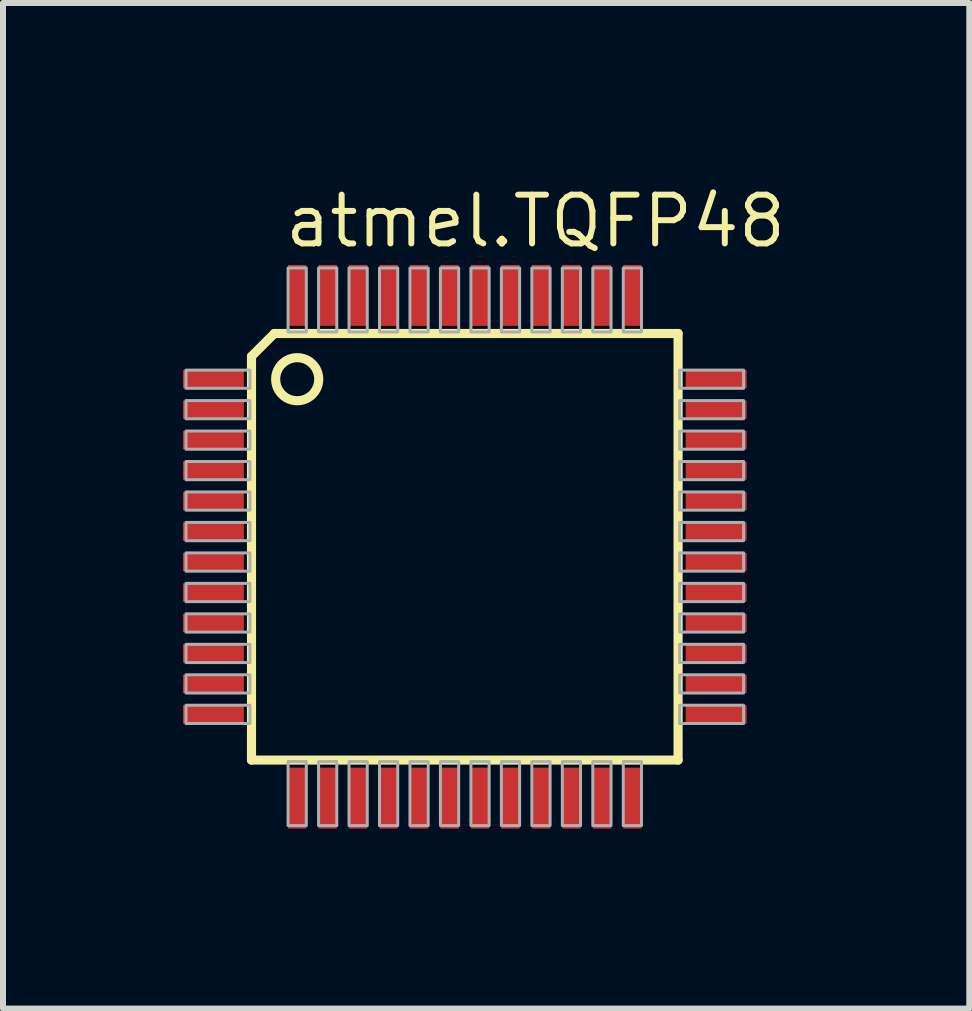
<source format=kicad_pcb>
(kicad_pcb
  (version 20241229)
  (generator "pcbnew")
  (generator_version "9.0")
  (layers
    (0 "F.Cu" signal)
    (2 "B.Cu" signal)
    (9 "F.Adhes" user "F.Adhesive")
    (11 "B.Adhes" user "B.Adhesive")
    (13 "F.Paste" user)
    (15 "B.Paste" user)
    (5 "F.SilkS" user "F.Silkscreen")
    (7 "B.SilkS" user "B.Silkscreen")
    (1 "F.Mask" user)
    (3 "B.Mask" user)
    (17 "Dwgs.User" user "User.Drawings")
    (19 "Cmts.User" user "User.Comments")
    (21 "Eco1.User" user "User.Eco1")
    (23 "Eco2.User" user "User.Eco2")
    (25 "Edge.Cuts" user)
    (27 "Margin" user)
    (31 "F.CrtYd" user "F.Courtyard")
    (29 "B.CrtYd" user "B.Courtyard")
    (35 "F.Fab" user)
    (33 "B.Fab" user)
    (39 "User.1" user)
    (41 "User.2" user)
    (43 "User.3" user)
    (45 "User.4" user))
  (footprint "atmel.TQFP48"
    (layer "F.Cu")
    (at 4.699 6.066)
    (property "Reference" "atmel.TQFP48" (at -3.048 -4.953 0) (layer "F.SilkS") (effects (font (size 0.813 0.813) (thickness 0.1)) (justify left bottom)))
    (attr smd)
    (fp_line (start -3.556 -3.175) (end -3.175 -3.556) (stroke (width 0.152) (type default)) (layer "F.SilkS"))
    (fp_line (start -3.556 3.556) (end -3.556 -3.175) (stroke (width 0.152) (type default)) (layer "F.SilkS"))
    (fp_line (start -3.175 -3.556) (end 3.556 -3.556) (stroke (width 0.152) (type default)) (layer "F.SilkS"))
    (fp_line (start 3.556 -3.556) (end 3.556 3.556) (stroke (width 0.152) (type default)) (layer "F.SilkS"))
    (fp_line (start 3.556 3.556) (end -3.556 3.556) (stroke (width 0.152) (type default)) (layer "F.SilkS"))
    (fp_circle (center -2.794 -2.794) (end -2.435 -2.794) (stroke (width 0.152) (type default)) (fill no) (layer "F.SilkS"))
    (fp_rect (start -4.648 -2.642) (end -3.581 -2.946) (stroke (width 0.05) (type default)) (fill no) (layer "F.Fab"))
    (fp_rect (start -4.648 -2.134) (end -3.581 -2.438) (stroke (width 0.05) (type default)) (fill no) (layer "F.Fab"))
    (fp_rect (start -4.648 -1.626) (end -3.581 -1.93) (stroke (width 0.05) (type default)) (fill no) (layer "F.Fab"))
    (fp_rect (start -4.648 -1.118) (end -3.581 -1.422) (stroke (width 0.05) (type default)) (fill no) (layer "F.Fab"))
    (fp_rect (start -4.648 -0.61) (end -3.581 -0.914) (stroke (width 0.05) (type default)) (fill no) (layer "F.Fab"))
    (fp_rect (start -4.648 -0.102) (end -3.581 -0.406) (stroke (width 0.05) (type default)) (fill no) (layer "F.Fab"))
    (fp_rect (start -4.648 0.406) (end -3.581 0.102) (stroke (width 0.05) (type default)) (fill no) (layer "F.Fab"))
    (fp_rect (start -4.648 0.914) (end -3.581 0.61) (stroke (width 0.05) (type default)) (fill no) (layer "F.Fab"))
    (fp_rect (start -4.648 1.422) (end -3.581 1.118) (stroke (width 0.05) (type default)) (fill no) (layer "F.Fab"))
    (fp_rect (start -4.648 1.93) (end -3.581 1.626) (stroke (width 0.05) (type default)) (fill no) (layer "F.Fab"))
    (fp_rect (start -4.648 2.438) (end -3.581 2.134) (stroke (width 0.05) (type default)) (fill no) (layer "F.Fab"))
    (fp_rect (start -4.648 2.946) (end -3.581 2.642) (stroke (width 0.05) (type default)) (fill no) (layer "F.Fab"))
    (fp_rect (start -2.946 -3.581) (end -2.642 -4.648) (stroke (width 0.05) (type default)) (fill no) (layer "F.Fab"))
    (fp_rect (start -2.946 4.648) (end -2.642 3.581) (stroke (width 0.05) (type default)) (fill no) (layer "F.Fab"))
    (fp_rect (start -2.438 -3.581) (end -2.134 -4.648) (stroke (width 0.05) (type default)) (fill no) (layer "F.Fab"))
    (fp_rect (start -2.438 4.648) (end -2.134 3.581) (stroke (width 0.05) (type default)) (fill no) (layer "F.Fab"))
    (fp_rect (start -1.93 -3.581) (end -1.626 -4.648) (stroke (width 0.05) (type default)) (fill no) (layer "F.Fab"))
    (fp_rect (start -1.93 4.648) (end -1.626 3.581) (stroke (width 0.05) (type default)) (fill no) (layer "F.Fab"))
    (fp_rect (start -1.422 -3.581) (end -1.118 -4.648) (stroke (width 0.05) (type default)) (fill no) (layer "F.Fab"))
    (fp_rect (start -1.422 4.648) (end -1.118 3.581) (stroke (width 0.05) (type default)) (fill no) (layer "F.Fab"))
    (fp_rect (start -0.914 -3.581) (end -0.61 -4.648) (stroke (width 0.05) (type default)) (fill no) (layer "F.Fab"))
    (fp_rect (start -0.914 4.648) (end -0.61 3.581) (stroke (width 0.05) (type default)) (fill no) (layer "F.Fab"))
    (fp_rect (start -0.406 -3.581) (end -0.102 -4.648) (stroke (width 0.05) (type default)) (fill no) (layer "F.Fab"))
    (fp_rect (start -0.406 4.648) (end -0.102 3.581) (stroke (width 0.05) (type default)) (fill no) (layer "F.Fab"))
    (fp_rect (start 0.102 -3.581) (end 0.406 -4.648) (stroke (width 0.05) (type default)) (fill no) (layer "F.Fab"))
    (fp_rect (start 0.102 4.648) (end 0.406 3.581) (stroke (width 0.05) (type default)) (fill no) (layer "F.Fab"))
    (fp_rect (start 0.61 -3.581) (end 0.914 -4.648) (stroke (width 0.05) (type default)) (fill no) (layer "F.Fab"))
    (fp_rect (start 0.61 4.648) (end 0.914 3.581) (stroke (width 0.05) (type default)) (fill no) (layer "F.Fab"))
    (fp_rect (start 1.118 -3.581) (end 1.422 -4.648) (stroke (width 0.05) (type default)) (fill no) (layer "F.Fab"))
    (fp_rect (start 1.118 4.648) (end 1.422 3.581) (stroke (width 0.05) (type default)) (fill no) (layer "F.Fab"))
    (fp_rect (start 1.626 -3.581) (end 1.93 -4.648) (stroke (width 0.05) (type default)) (fill no) (layer "F.Fab"))
    (fp_rect (start 1.626 4.648) (end 1.93 3.581) (stroke (width 0.05) (type default)) (fill no) (layer "F.Fab"))
    (fp_rect (start 2.134 -3.581) (end 2.438 -4.648) (stroke (width 0.05) (type default)) (fill no) (layer "F.Fab"))
    (fp_rect (start 2.134 4.648) (end 2.438 3.581) (stroke (width 0.05) (type default)) (fill no) (layer "F.Fab"))
    (fp_rect (start 2.642 -3.581) (end 2.946 -4.648) (stroke (width 0.05) (type default)) (fill no) (layer "F.Fab"))
    (fp_rect (start 2.642 4.648) (end 2.946 3.581) (stroke (width 0.05) (type default)) (fill no) (layer "F.Fab"))
    (fp_rect (start 3.581 -2.642) (end 4.648 -2.946) (stroke (width 0.05) (type default)) (fill no) (layer "F.Fab"))
    (fp_rect (start 3.581 -2.134) (end 4.648 -2.438) (stroke (width 0.05) (type default)) (fill no) (layer "F.Fab"))
    (fp_rect (start 3.581 -1.626) (end 4.648 -1.93) (stroke (width 0.05) (type default)) (fill no) (layer "F.Fab"))
    (fp_rect (start 3.581 -1.118) (end 4.648 -1.422) (stroke (width 0.05) (type default)) (fill no) (layer "F.Fab"))
    (fp_rect (start 3.581 -0.61) (end 4.648 -0.914) (stroke (width 0.05) (type default)) (fill no) (layer "F.Fab"))
    (fp_rect (start 3.581 -0.102) (end 4.648 -0.406) (stroke (width 0.05) (type default)) (fill no) (layer "F.Fab"))
    (fp_rect (start 3.581 0.406) (end 4.648 0.102) (stroke (width 0.05) (type default)) (fill no) (layer "F.Fab"))
    (fp_rect (start 3.581 0.914) (end 4.648 0.61) (stroke (width 0.05) (type default)) (fill no) (layer "F.Fab"))
    (fp_rect (start 3.581 1.422) (end 4.648 1.118) (stroke (width 0.05) (type default)) (fill no) (layer "F.Fab"))
    (fp_rect (start 3.581 1.93) (end 4.648 1.626) (stroke (width 0.05) (type default)) (fill no) (layer "F.Fab"))
    (fp_rect (start 3.581 2.438) (end 4.648 2.134) (stroke (width 0.05) (type default)) (fill no) (layer "F.Fab"))
    (fp_rect (start 3.581 2.946) (end 4.648 2.642) (stroke (width 0.05) (type default)) (fill no) (layer "F.Fab"))
    (pad "1" smd roundrect (at -4.191 -2.794) (size 1.016 0.305) (layers "F.Cu" "F.Mask" "F.Paste") (roundrect_rratio 0.01))
    (pad "2" smd roundrect (at -4.191 -2.286) (size 1.016 0.305) (layers "F.Cu" "F.Mask" "F.Paste") (roundrect_rratio 0.01))
    (pad "3" smd roundrect (at -4.191 -1.778) (size 1.016 0.305) (layers "F.Cu" "F.Mask" "F.Paste") (roundrect_rratio 0.01))
    (pad "4" smd roundrect (at -4.191 -1.27) (size 1.016 0.305) (layers "F.Cu" "F.Mask" "F.Paste") (roundrect_rratio 0.01))
    (pad "5" smd roundrect (at -4.191 -0.762) (size 1.016 0.305) (layers "F.Cu" "F.Mask" "F.Paste") (roundrect_rratio 0.01))
    (pad "6" smd roundrect (at -4.191 -0.254) (size 1.016 0.305) (layers "F.Cu" "F.Mask" "F.Paste") (roundrect_rratio 0.01))
    (pad "7" smd roundrect (at -4.191 0.254) (size 1.016 0.305) (layers "F.Cu" "F.Mask" "F.Paste") (roundrect_rratio 0.01))
    (pad "8" smd roundrect (at -4.191 0.762) (size 1.016 0.305) (layers "F.Cu" "F.Mask" "F.Paste") (roundrect_rratio 0.01))
    (pad "9" smd roundrect (at -4.191 1.27) (size 1.016 0.305) (layers "F.Cu" "F.Mask" "F.Paste") (roundrect_rratio 0.01))
    (pad "10" smd roundrect (at -4.191 1.778) (size 1.016 0.305) (layers "F.Cu" "F.Mask" "F.Paste") (roundrect_rratio 0.01))
    (pad "11" smd roundrect (at -4.191 2.286) (size 1.016 0.305) (layers "F.Cu" "F.Mask" "F.Paste") (roundrect_rratio 0.01))
    (pad "12" smd roundrect (at -4.191 2.794) (size 1.016 0.305) (layers "F.Cu" "F.Mask" "F.Paste") (roundrect_rratio 0.01))
    (pad "13" smd roundrect (at -2.794 4.191) (size 0.305 1.016) (layers "F.Cu" "F.Mask" "F.Paste") (roundrect_rratio 0.01))
    (pad "14" smd roundrect (at -2.286 4.191) (size 0.305 1.016) (layers "F.Cu" "F.Mask" "F.Paste") (roundrect_rratio 0.01))
    (pad "15" smd roundrect (at -1.778 4.191) (size 0.305 1.016) (layers "F.Cu" "F.Mask" "F.Paste") (roundrect_rratio 0.01))
    (pad "16" smd roundrect (at -1.27 4.191) (size 0.305 1.016) (layers "F.Cu" "F.Mask" "F.Paste") (roundrect_rratio 0.01))
    (pad "17" smd roundrect (at -0.762 4.191) (size 0.305 1.016) (layers "F.Cu" "F.Mask" "F.Paste") (roundrect_rratio 0.01))
    (pad "18" smd roundrect (at -0.254 4.191) (size 0.305 1.016) (layers "F.Cu" "F.Mask" "F.Paste") (roundrect_rratio 0.01))
    (pad "19" smd roundrect (at 0.254 4.191) (size 0.305 1.016) (layers "F.Cu" "F.Mask" "F.Paste") (roundrect_rratio 0.01))
    (pad "20" smd roundrect (at 0.762 4.191) (size 0.305 1.016) (layers "F.Cu" "F.Mask" "F.Paste") (roundrect_rratio 0.01))
    (pad "21" smd roundrect (at 1.27 4.191) (size 0.305 1.016) (layers "F.Cu" "F.Mask" "F.Paste") (roundrect_rratio 0.01))
    (pad "22" smd roundrect (at 1.778 4.191) (size 0.305 1.016) (layers "F.Cu" "F.Mask" "F.Paste") (roundrect_rratio 0.01))
    (pad "23" smd roundrect (at 2.286 4.191) (size 0.305 1.016) (layers "F.Cu" "F.Mask" "F.Paste") (roundrect_rratio 0.01))
    (pad "24" smd roundrect (at 2.794 4.191) (size 0.305 1.016) (layers "F.Cu" "F.Mask" "F.Paste") (roundrect_rratio 0.01))
    (pad "25" smd roundrect (at 4.191 2.794) (size 1.016 0.305) (layers "F.Cu" "F.Mask" "F.Paste") (roundrect_rratio 0.01))
    (pad "26" smd roundrect (at 4.191 2.286) (size 1.016 0.305) (layers "F.Cu" "F.Mask" "F.Paste") (roundrect_rratio 0.01))
    (pad "27" smd roundrect (at 4.191 1.778) (size 1.016 0.305) (layers "F.Cu" "F.Mask" "F.Paste") (roundrect_rratio 0.01))
    (pad "28" smd roundrect (at 4.191 1.27) (size 1.016 0.305) (layers "F.Cu" "F.Mask" "F.Paste") (roundrect_rratio 0.01))
    (pad "29" smd roundrect (at 4.191 0.762) (size 1.016 0.305) (layers "F.Cu" "F.Mask" "F.Paste") (roundrect_rratio 0.01))
    (pad "30" smd roundrect (at 4.191 0.254) (size 1.016 0.305) (layers "F.Cu" "F.Mask" "F.Paste") (roundrect_rratio 0.01))
    (pad "31" smd roundrect (at 4.191 -0.254) (size 1.016 0.305) (layers "F.Cu" "F.Mask" "F.Paste") (roundrect_rratio 0.01))
    (pad "32" smd roundrect (at 4.191 -0.762) (size 1.016 0.305) (layers "F.Cu" "F.Mask" "F.Paste") (roundrect_rratio 0.01))
    (pad "33" smd roundrect (at 4.191 -1.27) (size 1.016 0.305) (layers "F.Cu" "F.Mask" "F.Paste") (roundrect_rratio 0.01))
    (pad "34" smd roundrect (at 4.191 -1.778) (size 1.016 0.305) (layers "F.Cu" "F.Mask" "F.Paste") (roundrect_rratio 0.01))
    (pad "35" smd roundrect (at 4.191 -2.286) (size 1.016 0.305) (layers "F.Cu" "F.Mask" "F.Paste") (roundrect_rratio 0.01))
    (pad "36" smd roundrect (at 4.191 -2.794) (size 1.016 0.305) (layers "F.Cu" "F.Mask" "F.Paste") (roundrect_rratio 0.01))
    (pad "37" smd roundrect (at 2.794 -4.191) (size 0.305 1.016) (layers "F.Cu" "F.Mask" "F.Paste") (roundrect_rratio 0.01))
    (pad "38" smd roundrect (at 2.286 -4.191) (size 0.305 1.016) (layers "F.Cu" "F.Mask" "F.Paste") (roundrect_rratio 0.01))
    (pad "39" smd roundrect (at 1.778 -4.191) (size 0.305 1.016) (layers "F.Cu" "F.Mask" "F.Paste") (roundrect_rratio 0.01))
    (pad "40" smd roundrect (at 1.27 -4.191) (size 0.305 1.016) (layers "F.Cu" "F.Mask" "F.Paste") (roundrect_rratio 0.01))
    (pad "41" smd roundrect (at 0.762 -4.191) (size 0.305 1.016) (layers "F.Cu" "F.Mask" "F.Paste") (roundrect_rratio 0.01))
    (pad "42" smd roundrect (at 0.254 -4.191) (size 0.305 1.016) (layers "F.Cu" "F.Mask" "F.Paste") (roundrect_rratio 0.01))
    (pad "43" smd roundrect (at -0.254 -4.191) (size 0.305 1.016) (layers "F.Cu" "F.Mask" "F.Paste") (roundrect_rratio 0.01))
    (pad "44" smd roundrect (at -0.762 -4.191) (size 0.305 1.016) (layers "F.Cu" "F.Mask" "F.Paste") (roundrect_rratio 0.01))
    (pad "45" smd roundrect (at -1.27 -4.191) (size 0.305 1.016) (layers "F.Cu" "F.Mask" "F.Paste") (roundrect_rratio 0.01))
    (pad "46" smd roundrect (at -1.778 -4.191) (size 0.305 1.016) (layers "F.Cu" "F.Mask" "F.Paste") (roundrect_rratio 0.01))
    (pad "47" smd roundrect (at -2.286 -4.191) (size 0.305 1.016) (layers "F.Cu" "F.Mask" "F.Paste") (roundrect_rratio 0.01))
    (pad "48" smd roundrect (at -2.794 -4.191) (size 0.305 1.016) (layers "F.Cu" "F.Mask" "F.Paste") (roundrect_rratio 0.01)))
  (gr_rect
    (start -3 -3)
    (end 13.11 13.765)
    (stroke (width 0.1) (type default))
    (fill no)
    (layer "Edge.Cuts")))
</source>
